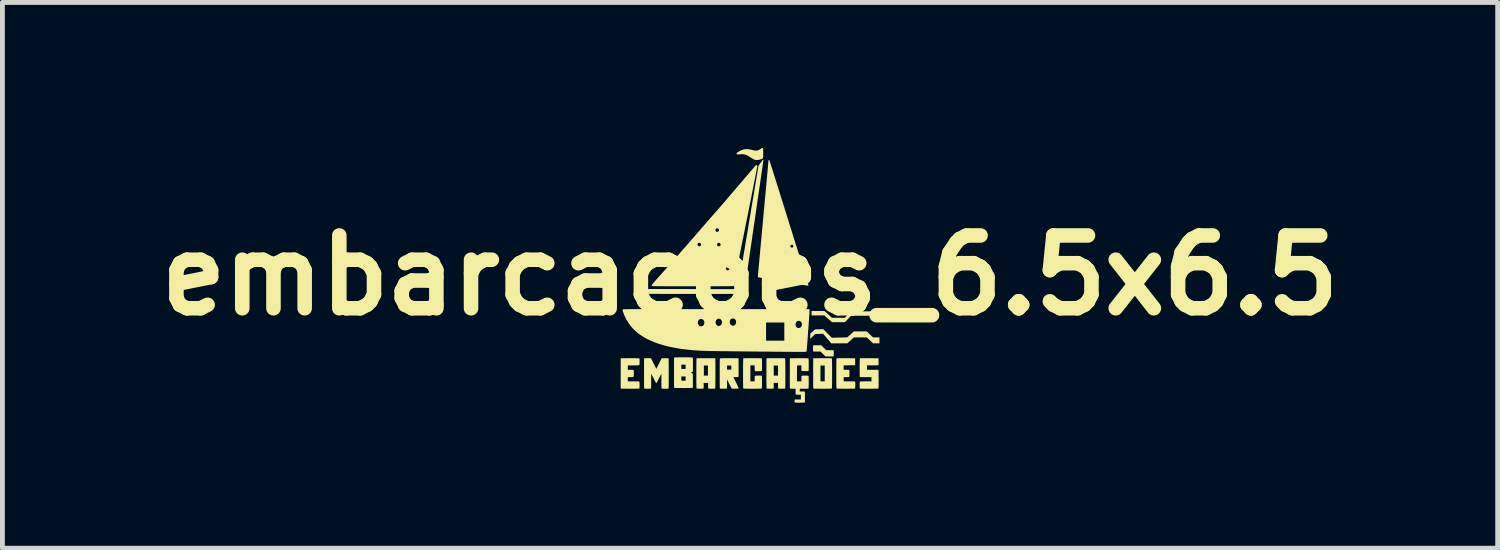
<source format=kicad_pcb>
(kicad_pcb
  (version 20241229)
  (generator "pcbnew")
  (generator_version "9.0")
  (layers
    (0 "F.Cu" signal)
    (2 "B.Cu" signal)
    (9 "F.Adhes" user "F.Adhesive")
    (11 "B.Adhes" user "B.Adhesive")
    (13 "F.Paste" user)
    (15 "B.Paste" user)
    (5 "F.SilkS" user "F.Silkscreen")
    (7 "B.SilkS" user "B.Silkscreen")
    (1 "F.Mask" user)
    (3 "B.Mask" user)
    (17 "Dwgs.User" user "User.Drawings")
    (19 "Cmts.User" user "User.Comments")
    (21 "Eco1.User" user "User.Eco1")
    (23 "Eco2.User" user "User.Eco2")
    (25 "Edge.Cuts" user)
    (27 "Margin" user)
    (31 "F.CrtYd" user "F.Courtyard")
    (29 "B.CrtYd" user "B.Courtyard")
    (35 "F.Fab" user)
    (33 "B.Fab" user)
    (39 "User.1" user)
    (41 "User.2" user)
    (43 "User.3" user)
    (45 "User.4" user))
  (footprint "embarcacoes_6.5x6.5"
    (layer "F.Cu")
    (at 12.407 2.624)
    (property "Reference" "embarcacoes_6.5x6.5" (at 0 0 0) (layer "F.SilkS") (effects (font (size 1.5 1.5) (thickness 0.3))))
    (attr board_only exclude_from_pos_files exclude_from_bom)
    (fp_poly (pts (xy 1.401 0.735) (xy 1.534 0.735) (xy 1.611 0.805) (xy 1.688 0.875) (xy 1.822 0.875) (xy 1.955 0.875) (xy 2.018 0.808) (xy 2.081 0.741) (xy 2.282 0.742) (xy 2.482 0.742) (xy 2.553 0.778) (xy 2.623 0.813) (xy 2.624 0.856) (xy 2.624 0.873) (xy 2.624 0.886) (xy 2.624 0.896) (xy 2.623 0.899) (xy 2.623 0.899) (xy 2.619 0.898) (xy 2.61 0.894) (xy 2.597 0.888) (xy 2.579 0.88) (xy 2.56 0.871) (xy 2.55 0.866) (xy 2.479 0.833) (xy 2.28 0.833) (xy 2.081 0.833) (xy 2.018 0.899) (xy 1.955 0.966) (xy 1.822 0.966) (xy 1.688 0.966) (xy 1.674 0.953) (xy 1.667 0.947) (xy 1.656 0.937) (xy 1.642 0.924) (xy 1.625 0.909) (xy 1.607 0.893) (xy 1.596 0.883) (xy 1.532 0.826) (xy 1.4 0.826) (xy 1.268 0.826) (xy 1.268 0.78) (xy 1.268 0.734)) (stroke (width 0) (type solid)) (fill yes) (layer "F.SilkS"))
    (fp_poly (pts (xy 1.596 1.198) (xy 1.685 1.286) (xy 1.829 1.283) (xy 1.861 1.282) (xy 1.891 1.281) (xy 1.919 1.28) (xy 1.943 1.28) (xy 1.963 1.279) (xy 1.978 1.279) (xy 1.987 1.279) (xy 1.989 1.279) (xy 1.994 1.279) (xy 1.999 1.278) (xy 2.003 1.276) (xy 2.009 1.273) (xy 2.017 1.267) (xy 2.027 1.259) (xy 2.04 1.247) (xy 2.057 1.231) (xy 2.072 1.218) (xy 2.138 1.156) (xy 2.271 1.156) (xy 2.403 1.156) (xy 2.469 1.217) (xy 2.535 1.279) (xy 2.601 1.279) (xy 2.667 1.279) (xy 2.667 1.34) (xy 2.667 1.402) (xy 2.601 1.402) (xy 2.536 1.402) (xy 2.47 1.34) (xy 2.404 1.279) (xy 2.271 1.279) (xy 2.138 1.279) (xy 2.071 1.34) (xy 2.005 1.402) (xy 1.839 1.402) (xy 1.674 1.402) (xy 1.59 1.303) (xy 1.506 1.204) (xy 1.422 1.207) (xy 1.339 1.21) (xy 1.29 1.259) (xy 1.24 1.309) (xy 1.241 1.256) (xy 1.241 1.203) (xy 1.291 1.159) (xy 1.341 1.114) (xy 1.425 1.112) (xy 1.508 1.109)) (stroke (width 0) (type solid)) (fill yes) (layer "F.SilkS"))
    (fp_poly (pts (xy 1.518 1.492) (xy 1.569 1.542) (xy 1.643 1.542) (xy 1.671 1.543) (xy 1.692 1.543) (xy 1.707 1.544) (xy 1.716 1.545) (xy 1.721 1.547) (xy 1.721 1.547) (xy 1.723 1.551) (xy 1.724 1.562) (xy 1.725 1.578) (xy 1.725 1.601) (xy 1.725 1.608) (xy 1.725 1.629) (xy 1.725 1.645) (xy 1.724 1.655) (xy 1.723 1.662) (xy 1.722 1.666) (xy 1.72 1.668) (xy 1.718 1.669) (xy 1.713 1.67) (xy 1.7 1.671) (xy 1.683 1.672) (xy 1.661 1.672) (xy 1.634 1.672) (xy 1.633 1.672) (xy 1.555 1.672) (xy 1.504 1.622) (xy 1.453 1.571) (xy 1.379 1.571) (xy 1.351 1.57) (xy 1.33 1.57) (xy 1.315 1.569) (xy 1.305 1.568) (xy 1.301 1.567) (xy 1.301 1.566) (xy 1.299 1.562) (xy 1.298 1.551) (xy 1.297 1.535) (xy 1.297 1.512) (xy 1.297 1.505) (xy 1.297 1.484) (xy 1.297 1.468) (xy 1.297 1.458) (xy 1.298 1.451) (xy 1.3 1.447) (xy 1.302 1.445) (xy 1.303 1.444) (xy 1.309 1.443) (xy 1.321 1.442) (xy 1.339 1.441) (xy 1.361 1.441) (xy 1.387 1.441) (xy 1.388 1.441) (xy 1.466 1.441)) (stroke (width 0) (type solid)) (fill yes) (layer "F.SilkS"))
    (fp_poly (pts (xy 0.261 -2.62) (xy 0.264 -2.618) (xy 0.266 -2.615) (xy 0.267 -2.612) (xy 0.268 -2.607) (xy 0.269 -2.6) (xy 0.27 -2.59) (xy 0.27 -2.576) (xy 0.27 -2.557) (xy 0.271 -2.532) (xy 0.271 -2.515) (xy 0.271 -2.485) (xy 0.271 -2.462) (xy 0.27 -2.444) (xy 0.269 -2.431) (xy 0.267 -2.421) (xy 0.265 -2.414) (xy 0.26 -2.41) (xy 0.255 -2.406) (xy 0.247 -2.402) (xy 0.238 -2.398) (xy 0.237 -2.398) (xy 0.202 -2.385) (xy 0.168 -2.378) (xy 0.135 -2.376) (xy 0.105 -2.38) (xy 0.103 -2.381) (xy 0.091 -2.384) (xy 0.08 -2.389) (xy 0.068 -2.394) (xy 0.054 -2.403) (xy 0.036 -2.413) (xy 0.015 -2.427) (xy 0.009 -2.432) (xy -0.026 -2.454) (xy -0.057 -2.471) (xy -0.086 -2.483) (xy -0.115 -2.492) (xy -0.145 -2.496) (xy -0.178 -2.497) (xy -0.214 -2.495) (xy -0.219 -2.494) (xy -0.265 -2.49) (xy -0.271 -2.498) (xy -0.276 -2.506) (xy -0.278 -2.511) (xy -0.274 -2.518) (xy -0.266 -2.527) (xy -0.253 -2.538) (xy -0.236 -2.549) (xy -0.217 -2.56) (xy -0.196 -2.57) (xy -0.177 -2.579) (xy -0.144 -2.59) (xy -0.112 -2.598) (xy -0.08 -2.601) (xy -0.046 -2.6) (xy -0.009 -2.595) (xy 0.03 -2.587) (xy 0.05 -2.582) (xy 0.07 -2.577) (xy 0.087 -2.574) (xy 0.099 -2.571) (xy 0.104 -2.57) (xy 0.132 -2.57) (xy 0.161 -2.576) (xy 0.191 -2.589) (xy 0.22 -2.608) (xy 0.234 -2.618) (xy 0.245 -2.623) (xy 0.254 -2.624)) (stroke (width 0) (type solid)) (fill yes) (layer "F.SilkS"))
    (fp_poly (pts (xy 1.621 1.708) (xy 1.64 1.708) (xy 1.655 1.709) (xy 1.666 1.709) (xy 1.674 1.71) (xy 1.679 1.71) (xy 1.683 1.711) (xy 1.685 1.713) (xy 1.686 1.714) (xy 1.686 1.716) (xy 1.687 1.722) (xy 1.688 1.73) (xy 1.688 1.743) (xy 1.689 1.76) (xy 1.689 1.781) (xy 1.689 1.806) (xy 1.69 1.838) (xy 1.69 1.874) (xy 1.69 1.917) (xy 1.69 1.965) (xy 1.69 2.021) (xy 1.69 2.023) (xy 1.69 2.076) (xy 1.69 2.123) (xy 1.69 2.164) (xy 1.69 2.199) (xy 1.69 2.229) (xy 1.689 2.254) (xy 1.689 2.274) (xy 1.689 2.291) (xy 1.688 2.304) (xy 1.688 2.314) (xy 1.687 2.321) (xy 1.687 2.326) (xy 1.686 2.329) (xy 1.685 2.331) (xy 1.685 2.331) (xy 1.683 2.332) (xy 1.679 2.333) (xy 1.674 2.334) (xy 1.666 2.335) (xy 1.655 2.335) (xy 1.641 2.336) (xy 1.622 2.336) (xy 1.599 2.336) (xy 1.57 2.336) (xy 1.535 2.337) (xy 1.494 2.337) (xy 1.493 2.337) (xy 1.451 2.337) (xy 1.416 2.336) (xy 1.386 2.336) (xy 1.362 2.336) (xy 1.343 2.336) (xy 1.329 2.335) (xy 1.318 2.335) (xy 1.31 2.334) (xy 1.306 2.333) (xy 1.304 2.332) (xy 1.304 2.332) (xy 1.303 2.329) (xy 1.303 2.321) (xy 1.302 2.309) (xy 1.302 2.293) (xy 1.301 2.27) (xy 1.301 2.243) (xy 1.301 2.21) (xy 1.301 2.171) (xy 1.301 2.125) (xy 1.301 2.074) (xy 1.301 2.018) (xy 1.301 1.859) (xy 1.451 1.859) (xy 1.451 2.022) (xy 1.451 2.185) (xy 1.495 2.185) (xy 1.539 2.185) (xy 1.539 2.022) (xy 1.539 1.859) (xy 1.495 1.859) (xy 1.451 1.859) (xy 1.301 1.859) (xy 1.302 1.709) (xy 1.492 1.708) (xy 1.533 1.708) (xy 1.568 1.708) (xy 1.597 1.708)) (stroke (width 0) (type solid)) (fill yes) (layer "F.SilkS"))
    (fp_poly (pts (xy -0.447 1.708) (xy -0.427 1.708) (xy -0.237 1.709) (xy -0.236 1.899) (xy -0.236 1.941) (xy -0.236 1.976) (xy -0.236 2.005) (xy -0.236 2.029) (xy -0.236 2.048) (xy -0.236 2.062) (xy -0.237 2.073) (xy -0.237 2.081) (xy -0.238 2.087) (xy -0.239 2.09) (xy -0.24 2.092) (xy -0.241 2.093) (xy -0.247 2.095) (xy -0.26 2.097) (xy -0.278 2.097) (xy -0.296 2.098) (xy -0.344 2.098) (xy -0.29 2.207) (xy -0.277 2.232) (xy -0.265 2.256) (xy -0.255 2.278) (xy -0.247 2.296) (xy -0.24 2.31) (xy -0.236 2.319) (xy -0.235 2.322) (xy -0.236 2.327) (xy -0.238 2.331) (xy -0.243 2.333) (xy -0.251 2.335) (xy -0.263 2.336) (xy -0.281 2.336) (xy -0.304 2.336) (xy -0.311 2.336) (xy -0.378 2.335) (xy -0.426 2.24) (xy -0.474 2.145) (xy -0.474 2.237) (xy -0.474 2.267) (xy -0.475 2.291) (xy -0.475 2.309) (xy -0.476 2.322) (xy -0.477 2.33) (xy -0.479 2.332) (xy -0.483 2.334) (xy -0.492 2.335) (xy -0.507 2.336) (xy -0.529 2.336) (xy -0.55 2.337) (xy -0.574 2.337) (xy -0.591 2.336) (xy -0.604 2.336) (xy -0.612 2.335) (xy -0.617 2.334) (xy -0.62 2.332) (xy -0.622 2.33) (xy -0.622 2.33) (xy -0.623 2.325) (xy -0.623 2.313) (xy -0.624 2.294) (xy -0.624 2.268) (xy -0.625 2.235) (xy -0.625 2.195) (xy -0.625 2.148) (xy -0.625 2.094) (xy -0.625 2.033) (xy -0.625 2.019) (xy -0.625 1.965) (xy -0.625 1.917) (xy -0.625 1.875) (xy -0.625 1.859) (xy -0.474 1.859) (xy -0.474 1.901) (xy -0.474 1.943) (xy -0.43 1.943) (xy -0.386 1.943) (xy -0.386 1.901) (xy -0.386 1.859) (xy -0.43 1.859) (xy -0.474 1.859) (xy -0.625 1.859) (xy -0.625 1.84) (xy -0.625 1.809) (xy -0.625 1.784) (xy -0.624 1.763) (xy -0.624 1.746) (xy -0.623 1.733) (xy -0.623 1.724) (xy -0.622 1.717) (xy -0.622 1.713) (xy -0.621 1.712) (xy -0.621 1.712) (xy -0.617 1.711) (xy -0.609 1.71) (xy -0.596 1.709) (xy -0.578 1.709) (xy -0.554 1.708) (xy -0.525 1.708) (xy -0.489 1.708)) (stroke (width 0) (type solid)) (fill yes) (layer "F.SilkS"))
    (fp_poly (pts (xy -1.987 1.817) (xy -1.932 1.927) (xy -1.877 1.818) (xy -1.822 1.709) (xy -1.754 1.708) (xy -1.727 1.708) (xy -1.706 1.708) (xy -1.692 1.709) (xy -1.683 1.71) (xy -1.681 1.711) (xy -1.68 1.713) (xy -1.679 1.717) (xy -1.679 1.723) (xy -1.678 1.732) (xy -1.678 1.744) (xy -1.677 1.76) (xy -1.677 1.78) (xy -1.677 1.805) (xy -1.676 1.834) (xy -1.676 1.869) (xy -1.676 1.909) (xy -1.676 1.956) (xy -1.676 2.009) (xy -1.676 2.019) (xy -1.676 2.082) (xy -1.676 2.137) (xy -1.676 2.186) (xy -1.677 2.227) (xy -1.677 2.262) (xy -1.678 2.289) (xy -1.678 2.309) (xy -1.679 2.323) (xy -1.679 2.329) (xy -1.68 2.33) (xy -1.681 2.332) (xy -1.684 2.334) (xy -1.689 2.335) (xy -1.697 2.336) (xy -1.709 2.336) (xy -1.726 2.337) (xy -1.748 2.337) (xy -1.752 2.337) (xy -1.775 2.337) (xy -1.793 2.336) (xy -1.805 2.336) (xy -1.813 2.335) (xy -1.819 2.334) (xy -1.822 2.332) (xy -1.823 2.33) (xy -1.823 2.33) (xy -1.824 2.324) (xy -1.825 2.312) (xy -1.826 2.293) (xy -1.827 2.268) (xy -1.827 2.237) (xy -1.827 2.2) (xy -1.827 2.174) (xy -1.827 2.026) (xy -1.875 2.119) (xy -1.887 2.143) (xy -1.898 2.165) (xy -1.907 2.183) (xy -1.916 2.199) (xy -1.922 2.209) (xy -1.925 2.215) (xy -1.925 2.215) (xy -1.929 2.217) (xy -1.933 2.217) (xy -1.937 2.214) (xy -1.943 2.208) (xy -1.949 2.198) (xy -1.957 2.184) (xy -1.967 2.165) (xy -1.979 2.141) (xy -1.99 2.119) (xy -2.038 2.026) (xy -2.038 2.177) (xy -2.038 2.216) (xy -2.038 2.249) (xy -2.038 2.276) (xy -2.039 2.297) (xy -2.039 2.312) (xy -2.04 2.323) (xy -2.041 2.33) (xy -2.042 2.332) (xy -2.047 2.334) (xy -2.058 2.335) (xy -2.073 2.336) (xy -2.091 2.337) (xy -2.11 2.337) (xy -2.129 2.337) (xy -2.148 2.336) (xy -2.163 2.335) (xy -2.175 2.334) (xy -2.181 2.332) (xy -2.182 2.332) (xy -2.182 2.329) (xy -2.183 2.321) (xy -2.183 2.309) (xy -2.184 2.293) (xy -2.184 2.27) (xy -2.185 2.243) (xy -2.185 2.21) (xy -2.185 2.171) (xy -2.185 2.125) (xy -2.185 2.074) (xy -2.185 2.018) (xy -2.184 1.709) (xy -2.113 1.708) (xy -2.042 1.707)) (stroke (width 0) (type solid)) (fill yes) (layer "F.SilkS"))
    (fp_poly (pts (xy -0.717 1.717) (xy -0.716 1.722) (xy -0.715 1.734) (xy -0.715 1.753) (xy -0.715 1.779) (xy -0.714 1.81) (xy -0.714 1.848) (xy -0.714 1.892) (xy -0.714 1.942) (xy -0.714 1.997) (xy -0.714 2.028) (xy -0.714 2.081) (xy -0.714 2.129) (xy -0.715 2.169) (xy -0.715 2.204) (xy -0.715 2.234) (xy -0.715 2.259) (xy -0.716 2.28) (xy -0.716 2.296) (xy -0.717 2.309) (xy -0.717 2.318) (xy -0.718 2.325) (xy -0.719 2.33) (xy -0.719 2.332) (xy -0.72 2.333) (xy -0.726 2.334) (xy -0.737 2.335) (xy -0.752 2.336) (xy -0.77 2.337) (xy -0.789 2.337) (xy -0.809 2.336) (xy -0.827 2.336) (xy -0.842 2.335) (xy -0.854 2.334) (xy -0.86 2.333) (xy -0.86 2.332) (xy -0.862 2.327) (xy -0.863 2.317) (xy -0.864 2.3) (xy -0.864 2.277) (xy -0.864 2.273) (xy -0.864 2.217) (xy -0.91 2.217) (xy -0.956 2.217) (xy -0.956 2.273) (xy -0.956 2.297) (xy -0.957 2.315) (xy -0.958 2.326) (xy -0.96 2.332) (xy -0.96 2.332) (xy -0.964 2.334) (xy -0.974 2.335) (xy -0.989 2.336) (xy -1.011 2.336) (xy -1.03 2.337) (xy -1.054 2.336) (xy -1.071 2.336) (xy -1.084 2.336) (xy -1.093 2.335) (xy -1.098 2.333) (xy -1.101 2.331) (xy -1.101 2.331) (xy -1.102 2.33) (xy -1.103 2.327) (xy -1.104 2.322) (xy -1.104 2.316) (xy -1.105 2.306) (xy -1.105 2.294) (xy -1.106 2.279) (xy -1.106 2.259) (xy -1.106 2.235) (xy -1.107 2.207) (xy -1.107 2.173) (xy -1.107 2.134) (xy -1.107 2.088) (xy -1.107 2.036) (xy -1.107 2.023) (xy -1.107 1.961) (xy -1.107 1.906) (xy -1.106 1.859) (xy -0.952 1.859) (xy -0.952 1.962) (xy -0.952 2.066) (xy -0.91 2.066) (xy -0.868 2.066) (xy -0.868 1.962) (xy -0.868 1.859) (xy -0.91 1.859) (xy -0.952 1.859) (xy -1.106 1.859) (xy -1.106 1.857) (xy -1.106 1.816) (xy -1.106 1.782) (xy -1.105 1.755) (xy -1.105 1.734) (xy -1.104 1.721) (xy -1.103 1.715) (xy -1.103 1.714) (xy -1.102 1.713) (xy -1.101 1.712) (xy -1.098 1.711) (xy -1.093 1.71) (xy -1.086 1.709) (xy -1.076 1.709) (xy -1.063 1.708) (xy -1.045 1.708) (xy -1.023 1.708) (xy -0.996 1.708) (xy -0.963 1.708) (xy -0.924 1.708) (xy -0.91 1.708) (xy -0.72 1.708)) (stroke (width 0) (type solid)) (fill yes) (layer "F.SilkS"))
    (fp_poly (pts (xy -2.36 1.708) (xy -2.333 1.709) (xy -2.313 1.709) (xy -2.298 1.71) (xy -2.288 1.71) (xy -2.283 1.711) (xy -2.282 1.712) (xy -2.28 1.716) (xy -2.278 1.727) (xy -2.277 1.742) (xy -2.277 1.76) (xy -2.276 1.779) (xy -2.277 1.799) (xy -2.277 1.817) (xy -2.278 1.832) (xy -2.279 1.844) (xy -2.281 1.851) (xy -2.282 1.851) (xy -2.286 1.852) (xy -2.298 1.854) (xy -2.316 1.854) (xy -2.341 1.855) (xy -2.372 1.856) (xy -2.402 1.856) (xy -2.518 1.857) (xy -2.518 1.902) (xy -2.519 1.947) (xy -2.463 1.947) (xy -2.442 1.947) (xy -2.426 1.947) (xy -2.415 1.948) (xy -2.408 1.949) (xy -2.403 1.951) (xy -2.402 1.952) (xy -2.4 1.955) (xy -2.398 1.96) (xy -2.397 1.969) (xy -2.397 1.981) (xy -2.396 1.999) (xy -2.396 2.021) (xy -2.396 2.046) (xy -2.397 2.065) (xy -2.398 2.078) (xy -2.401 2.088) (xy -2.408 2.093) (xy -2.417 2.096) (xy -2.431 2.098) (xy -2.45 2.098) (xy -2.465 2.098) (xy -2.519 2.098) (xy -2.519 2.142) (xy -2.519 2.185) (xy -2.404 2.185) (xy -2.372 2.185) (xy -2.347 2.186) (xy -2.327 2.186) (xy -2.312 2.186) (xy -2.301 2.187) (xy -2.293 2.187) (xy -2.288 2.189) (xy -2.285 2.19) (xy -2.283 2.192) (xy -2.283 2.192) (xy -2.281 2.195) (xy -2.279 2.2) (xy -2.278 2.208) (xy -2.277 2.22) (xy -2.277 2.237) (xy -2.277 2.259) (xy -2.277 2.261) (xy -2.277 2.283) (xy -2.278 2.302) (xy -2.279 2.317) (xy -2.28 2.327) (xy -2.28 2.33) (xy -2.281 2.331) (xy -2.283 2.333) (xy -2.286 2.334) (xy -2.291 2.334) (xy -2.298 2.335) (xy -2.308 2.336) (xy -2.321 2.336) (xy -2.339 2.336) (xy -2.361 2.336) (xy -2.388 2.337) (xy -2.421 2.337) (xy -2.46 2.337) (xy -2.472 2.337) (xy -2.514 2.337) (xy -2.55 2.336) (xy -2.579 2.336) (xy -2.604 2.336) (xy -2.623 2.336) (xy -2.638 2.335) (xy -2.649 2.335) (xy -2.656 2.334) (xy -2.661 2.333) (xy -2.663 2.332) (xy -2.663 2.332) (xy -2.664 2.329) (xy -2.664 2.321) (xy -2.665 2.309) (xy -2.665 2.293) (xy -2.666 2.27) (xy -2.666 2.243) (xy -2.666 2.21) (xy -2.666 2.171) (xy -2.666 2.125) (xy -2.666 2.074) (xy -2.666 2.018) (xy -2.665 1.709) (xy -2.476 1.708) (xy -2.43 1.708) (xy -2.392 1.708)) (stroke (width 0) (type solid)) (fill yes) (layer "F.SilkS"))
    (fp_poly (pts (xy 1.91 1.708) (xy 1.946 1.708) (xy 1.976 1.708) (xy 2.166 1.709) (xy 2.166 1.781) (xy 2.166 1.853) (xy 2.048 1.854) (xy 1.929 1.855) (xy 1.929 1.901) (xy 1.929 1.947) (xy 1.984 1.947) (xy 2.009 1.947) (xy 2.027 1.947) (xy 2.038 1.949) (xy 2.044 1.95) (xy 2.044 1.951) (xy 2.046 1.955) (xy 2.047 1.964) (xy 2.048 1.98) (xy 2.048 2.001) (xy 2.048 2.023) (xy 2.048 2.046) (xy 2.048 2.064) (xy 2.048 2.076) (xy 2.047 2.084) (xy 2.046 2.089) (xy 2.044 2.092) (xy 2.042 2.094) (xy 2.042 2.094) (xy 2.036 2.095) (xy 2.024 2.096) (xy 2.008 2.097) (xy 1.989 2.098) (xy 1.982 2.098) (xy 1.929 2.098) (xy 1.929 2.142) (xy 1.929 2.185) (xy 2.042 2.185) (xy 2.076 2.186) (xy 2.105 2.186) (xy 2.128 2.186) (xy 2.146 2.187) (xy 2.157 2.188) (xy 2.161 2.189) (xy 2.163 2.191) (xy 2.165 2.194) (xy 2.166 2.198) (xy 2.167 2.206) (xy 2.168 2.218) (xy 2.168 2.235) (xy 2.168 2.258) (xy 2.168 2.26) (xy 2.168 2.287) (xy 2.167 2.307) (xy 2.166 2.321) (xy 2.165 2.329) (xy 2.164 2.332) (xy 2.161 2.333) (xy 2.154 2.334) (xy 2.144 2.335) (xy 2.128 2.335) (xy 2.108 2.336) (xy 2.082 2.336) (xy 2.051 2.336) (xy 2.013 2.337) (xy 1.974 2.337) (xy 1.933 2.337) (xy 1.898 2.336) (xy 1.869 2.336) (xy 1.846 2.336) (xy 1.827 2.336) (xy 1.812 2.335) (xy 1.802 2.335) (xy 1.794 2.334) (xy 1.789 2.333) (xy 1.785 2.332) (xy 1.783 2.331) (xy 1.782 2.33) (xy 1.782 2.327) (xy 1.781 2.322) (xy 1.78 2.316) (xy 1.78 2.306) (xy 1.779 2.294) (xy 1.779 2.279) (xy 1.779 2.259) (xy 1.778 2.235) (xy 1.778 2.207) (xy 1.778 2.173) (xy 1.778 2.134) (xy 1.778 2.089) (xy 1.778 2.037) (xy 1.778 2.023) (xy 1.778 1.967) (xy 1.778 1.918) (xy 1.778 1.875) (xy 1.778 1.838) (xy 1.779 1.807) (xy 1.779 1.781) (xy 1.779 1.76) (xy 1.78 1.743) (xy 1.78 1.731) (xy 1.781 1.722) (xy 1.781 1.716) (xy 1.782 1.714) (xy 1.782 1.714) (xy 1.784 1.712) (xy 1.786 1.711) (xy 1.79 1.71) (xy 1.796 1.71) (xy 1.805 1.709) (xy 1.817 1.709) (xy 1.833 1.708) (xy 1.853 1.708) (xy 1.879 1.708)) (stroke (width 0) (type solid)) (fill yes) (layer "F.SilkS"))
    (fp_poly (pts (xy 0.574 1.708) (xy 0.612 1.708) (xy 0.643 1.708) (xy 0.668 1.708) (xy 0.688 1.709) (xy 0.703 1.709) (xy 0.714 1.71) (xy 0.72 1.711) (xy 0.723 1.712) (xy 0.724 1.716) (xy 0.725 1.727) (xy 0.725 1.743) (xy 0.726 1.765) (xy 0.726 1.791) (xy 0.727 1.821) (xy 0.727 1.854) (xy 0.727 1.89) (xy 0.727 1.928) (xy 0.728 1.968) (xy 0.728 2.008) (xy 0.728 2.049) (xy 0.728 2.089) (xy 0.727 2.128) (xy 0.727 2.166) (xy 0.727 2.201) (xy 0.727 2.233) (xy 0.726 2.262) (xy 0.726 2.287) (xy 0.725 2.307) (xy 0.724 2.322) (xy 0.724 2.33) (xy 0.723 2.332) (xy 0.719 2.334) (xy 0.709 2.335) (xy 0.694 2.336) (xy 0.672 2.336) (xy 0.653 2.337) (xy 0.629 2.336) (xy 0.612 2.336) (xy 0.599 2.336) (xy 0.59 2.335) (xy 0.585 2.333) (xy 0.582 2.331) (xy 0.582 2.331) (xy 0.58 2.328) (xy 0.578 2.322) (xy 0.577 2.313) (xy 0.576 2.3) (xy 0.576 2.28) (xy 0.576 2.271) (xy 0.576 2.217) (xy 0.532 2.217) (xy 0.488 2.217) (xy 0.488 2.271) (xy 0.488 2.293) (xy 0.488 2.308) (xy 0.487 2.319) (xy 0.486 2.326) (xy 0.484 2.33) (xy 0.483 2.331) (xy 0.48 2.333) (xy 0.475 2.334) (xy 0.467 2.335) (xy 0.454 2.336) (xy 0.437 2.336) (xy 0.414 2.337) (xy 0.412 2.337) (xy 0.385 2.336) (xy 0.366 2.336) (xy 0.352 2.335) (xy 0.344 2.334) (xy 0.342 2.332) (xy 0.341 2.33) (xy 0.34 2.324) (xy 0.339 2.314) (xy 0.339 2.301) (xy 0.339 2.282) (xy 0.338 2.259) (xy 0.338 2.231) (xy 0.338 2.198) (xy 0.337 2.158) (xy 0.337 2.113) (xy 0.337 2.061) (xy 0.337 2.023) (xy 0.337 1.978) (xy 0.337 1.934) (xy 0.338 1.893) (xy 0.338 1.859) (xy 0.488 1.859) (xy 0.488 1.962) (xy 0.488 2.066) (xy 0.532 2.066) (xy 0.576 2.066) (xy 0.576 1.962) (xy 0.576 1.859) (xy 0.532 1.859) (xy 0.488 1.859) (xy 0.338 1.859) (xy 0.338 1.854) (xy 0.338 1.819) (xy 0.338 1.789) (xy 0.338 1.762) (xy 0.339 1.741) (xy 0.339 1.726) (xy 0.339 1.716) (xy 0.339 1.713) (xy 0.34 1.712) (xy 0.343 1.711) (xy 0.347 1.71) (xy 0.354 1.709) (xy 0.364 1.709) (xy 0.378 1.708) (xy 0.395 1.708) (xy 0.418 1.708) (xy 0.445 1.708) (xy 0.479 1.708) (xy 0.518 1.708) (xy 0.53 1.708)) (stroke (width 0) (type solid)) (fill yes) (layer "F.SilkS"))
    (fp_poly (pts (xy 2.438 1.708) (xy 2.458 1.708) (xy 2.648 1.709) (xy 2.648 1.777) (xy 2.649 1.805) (xy 2.648 1.825) (xy 2.648 1.84) (xy 2.646 1.848) (xy 2.645 1.85) (xy 2.643 1.852) (xy 2.638 1.853) (xy 2.63 1.854) (xy 2.618 1.854) (xy 2.602 1.855) (xy 2.58 1.855) (xy 2.553 1.855) (xy 2.526 1.855) (xy 2.41 1.855) (xy 2.41 1.901) (xy 2.41 1.947) (xy 2.526 1.947) (xy 2.56 1.947) (xy 2.588 1.947) (xy 2.609 1.947) (xy 2.625 1.948) (xy 2.636 1.949) (xy 2.643 1.95) (xy 2.645 1.951) (xy 2.646 1.955) (xy 2.647 1.966) (xy 2.648 1.982) (xy 2.648 2.003) (xy 2.649 2.027) (xy 2.649 2.055) (xy 2.649 2.085) (xy 2.65 2.116) (xy 2.65 2.148) (xy 2.65 2.179) (xy 2.649 2.21) (xy 2.649 2.239) (xy 2.649 2.266) (xy 2.648 2.289) (xy 2.647 2.308) (xy 2.647 2.322) (xy 2.646 2.33) (xy 2.645 2.332) (xy 2.642 2.333) (xy 2.636 2.334) (xy 2.625 2.335) (xy 2.61 2.335) (xy 2.59 2.336) (xy 2.564 2.336) (xy 2.533 2.336) (xy 2.495 2.337) (xy 2.454 2.337) (xy 2.413 2.337) (xy 2.378 2.337) (xy 2.349 2.336) (xy 2.326 2.336) (xy 2.307 2.336) (xy 2.293 2.336) (xy 2.282 2.335) (xy 2.275 2.335) (xy 2.269 2.334) (xy 2.266 2.333) (xy 2.264 2.332) (xy 2.263 2.33) (xy 2.263 2.33) (xy 2.262 2.324) (xy 2.261 2.312) (xy 2.26 2.295) (xy 2.259 2.275) (xy 2.259 2.26) (xy 2.259 2.237) (xy 2.26 2.221) (xy 2.26 2.209) (xy 2.261 2.201) (xy 2.262 2.196) (xy 2.264 2.193) (xy 2.266 2.191) (xy 2.268 2.19) (xy 2.272 2.188) (xy 2.278 2.187) (xy 2.286 2.187) (xy 2.299 2.186) (xy 2.315 2.186) (xy 2.337 2.186) (xy 2.365 2.185) (xy 2.387 2.185) (xy 2.502 2.185) (xy 2.502 2.142) (xy 2.502 2.098) (xy 2.388 2.098) (xy 2.356 2.098) (xy 2.331 2.097) (xy 2.311 2.097) (xy 2.295 2.097) (xy 2.284 2.096) (xy 2.276 2.095) (xy 2.271 2.094) (xy 2.268 2.093) (xy 2.267 2.092) (xy 2.259 2.087) (xy 2.259 1.901) (xy 2.259 1.859) (xy 2.259 1.824) (xy 2.26 1.794) (xy 2.26 1.77) (xy 2.26 1.751) (xy 2.261 1.736) (xy 2.261 1.725) (xy 2.262 1.718) (xy 2.263 1.714) (xy 2.264 1.712) (xy 2.264 1.712) (xy 2.267 1.711) (xy 2.275 1.71) (xy 2.288 1.709) (xy 2.306 1.709) (xy 2.33 1.708) (xy 2.36 1.708) (xy 2.396 1.708)) (stroke (width 0) (type solid)) (fill yes) (layer "F.SilkS"))
    (fp_poly (pts (xy 0.095 1.708) (xy 0.13 1.708) (xy 0.159 1.708) (xy 0.182 1.708) (xy 0.201 1.708) (xy 0.216 1.709) (xy 0.227 1.709) (xy 0.234 1.71) (xy 0.239 1.711) (xy 0.242 1.712) (xy 0.244 1.713) (xy 0.244 1.713) (xy 0.244 1.718) (xy 0.245 1.729) (xy 0.245 1.745) (xy 0.246 1.765) (xy 0.246 1.788) (xy 0.246 1.813) (xy 0.246 1.839) (xy 0.246 1.866) (xy 0.246 1.891) (xy 0.246 1.914) (xy 0.245 1.935) (xy 0.245 1.951) (xy 0.244 1.963) (xy 0.244 1.969) (xy 0.244 1.969) (xy 0.242 1.971) (xy 0.239 1.972) (xy 0.232 1.973) (xy 0.222 1.974) (xy 0.207 1.974) (xy 0.187 1.975) (xy 0.172 1.975) (xy 0.102 1.975) (xy 0.098 1.966) (xy 0.097 1.959) (xy 0.096 1.947) (xy 0.095 1.931) (xy 0.095 1.912) (xy 0.095 1.906) (xy 0.095 1.855) (xy 0.051 1.855) (xy 0.007 1.855) (xy 0.007 2.02) (xy 0.007 2.185) (xy 0.051 2.185) (xy 0.095 2.185) (xy 0.095 2.134) (xy 0.095 2.111) (xy 0.095 2.095) (xy 0.097 2.083) (xy 0.1 2.075) (xy 0.107 2.07) (xy 0.118 2.067) (xy 0.133 2.066) (xy 0.154 2.066) (xy 0.172 2.066) (xy 0.198 2.066) (xy 0.218 2.067) (xy 0.231 2.068) (xy 0.239 2.069) (xy 0.242 2.07) (xy 0.243 2.075) (xy 0.244 2.085) (xy 0.245 2.101) (xy 0.245 2.121) (xy 0.246 2.144) (xy 0.246 2.169) (xy 0.246 2.195) (xy 0.246 2.222) (xy 0.246 2.248) (xy 0.246 2.272) (xy 0.245 2.293) (xy 0.244 2.311) (xy 0.243 2.324) (xy 0.242 2.331) (xy 0.242 2.332) (xy 0.237 2.333) (xy 0.227 2.334) (xy 0.211 2.335) (xy 0.19 2.336) (xy 0.165 2.336) (xy 0.138 2.336) (xy 0.108 2.337) (xy 0.077 2.337) (xy 0.045 2.337) (xy 0.013 2.337) (xy -0.018 2.337) (xy -0.047 2.336) (xy -0.073 2.336) (xy -0.096 2.335) (xy -0.115 2.335) (xy -0.13 2.334) (xy -0.138 2.333) (xy -0.14 2.332) (xy -0.141 2.328) (xy -0.141 2.318) (xy -0.142 2.301) (xy -0.143 2.28) (xy -0.143 2.253) (xy -0.143 2.223) (xy -0.144 2.19) (xy -0.144 2.154) (xy -0.144 2.116) (xy -0.144 2.076) (xy -0.144 2.036) (xy -0.144 1.995) (xy -0.144 1.955) (xy -0.144 1.916) (xy -0.144 1.878) (xy -0.144 1.843) (xy -0.143 1.811) (xy -0.143 1.782) (xy -0.142 1.757) (xy -0.142 1.737) (xy -0.141 1.723) (xy -0.14 1.714) (xy -0.14 1.712) (xy -0.137 1.711) (xy -0.131 1.71) (xy -0.12 1.709) (xy -0.105 1.709) (xy -0.085 1.708) (xy -0.059 1.708) (xy -0.028 1.708) (xy 0.01 1.708) (xy 0.053 1.708)) (stroke (width 0) (type solid)) (fill yes) (layer "F.SilkS"))
    (fp_poly (pts (xy -1.33 1.69) (xy -1.295 1.69) (xy -1.267 1.69) (xy -1.243 1.69) (xy -1.225 1.691) (xy -1.211 1.691) (xy -1.2 1.692) (xy -1.192 1.693) (xy -1.187 1.693) (xy -1.184 1.694) (xy -1.183 1.696) (xy -1.181 1.698) (xy -1.18 1.701) (xy -1.179 1.707) (xy -1.178 1.716) (xy -1.178 1.728) (xy -1.178 1.744) (xy -1.177 1.765) (xy -1.177 1.792) (xy -1.177 1.824) (xy -1.177 1.841) (xy -1.177 1.877) (xy -1.177 1.906) (xy -1.177 1.93) (xy -1.178 1.949) (xy -1.178 1.963) (xy -1.18 1.974) (xy -1.181 1.981) (xy -1.184 1.986) (xy -1.187 1.99) (xy -1.191 1.993) (xy -1.196 1.995) (xy -1.201 1.997) (xy -1.21 2.002) (xy -1.215 2.005) (xy -1.216 2.006) (xy -1.213 2.009) (xy -1.206 2.014) (xy -1.197 2.019) (xy -1.179 2.029) (xy -1.178 2.17) (xy -1.178 2.206) (xy -1.178 2.235) (xy -1.178 2.259) (xy -1.178 2.277) (xy -1.178 2.291) (xy -1.179 2.301) (xy -1.179 2.308) (xy -1.18 2.313) (xy -1.182 2.316) (xy -1.183 2.317) (xy -1.184 2.318) (xy -1.188 2.319) (xy -1.193 2.32) (xy -1.2 2.321) (xy -1.211 2.321) (xy -1.226 2.322) (xy -1.244 2.322) (xy -1.268 2.322) (xy -1.296 2.322) (xy -1.331 2.322) (xy -1.372 2.323) (xy -1.373 2.323) (xy -1.417 2.322) (xy -1.454 2.322) (xy -1.485 2.322) (xy -1.51 2.322) (xy -1.53 2.321) (xy -1.544 2.321) (xy -1.554 2.32) (xy -1.561 2.319) (xy -1.563 2.318) (xy -1.564 2.316) (xy -1.564 2.31) (xy -1.565 2.3) (xy -1.565 2.287) (xy -1.566 2.268) (xy -1.566 2.245) (xy -1.567 2.217) (xy -1.567 2.184) (xy -1.567 2.145) (xy -1.567 2.099) (xy -1.567 2.084) (xy -1.416 2.084) (xy -1.416 2.128) (xy -1.416 2.171) (xy -1.372 2.171) (xy -1.328 2.171) (xy -1.328 2.128) (xy -1.328 2.084) (xy -1.372 2.084) (xy -1.416 2.084) (xy -1.567 2.084) (xy -1.567 2.047) (xy -1.567 2.006) (xy -1.567 1.952) (xy -1.567 1.905) (xy -1.567 1.864) (xy -1.567 1.841) (xy -1.416 1.841) (xy -1.416 1.885) (xy -1.416 1.929) (xy -1.372 1.929) (xy -1.328 1.929) (xy -1.328 1.885) (xy -1.328 1.841) (xy -1.372 1.841) (xy -1.416 1.841) (xy -1.567 1.841) (xy -1.567 1.829) (xy -1.567 1.799) (xy -1.567 1.774) (xy -1.566 1.754) (xy -1.566 1.737) (xy -1.566 1.724) (xy -1.565 1.714) (xy -1.565 1.706) (xy -1.564 1.701) (xy -1.563 1.698) (xy -1.562 1.696) (xy -1.561 1.694) (xy -1.56 1.694) (xy -1.555 1.693) (xy -1.543 1.692) (xy -1.524 1.691) (xy -1.498 1.691) (xy -1.466 1.69) (xy -1.427 1.69) (xy -1.383 1.69) (xy -1.371 1.69)) (stroke (width 0) (type solid)) (fill yes) (layer "F.SilkS"))
    (fp_poly (pts (xy 0.397 -2.377) (xy 0.398 -2.373) (xy 0.402 -2.363) (xy 0.407 -2.347) (xy 0.414 -2.325) (xy 0.423 -2.297) (xy 0.433 -2.264) (xy 0.445 -2.226) (xy 0.459 -2.183) (xy 0.474 -2.136) (xy 0.49 -2.085) (xy 0.507 -2.029) (xy 0.526 -1.97) (xy 0.546 -1.908) (xy 0.566 -1.843) (xy 0.587 -1.774) (xy 0.61 -1.704) (xy 0.632 -1.631) (xy 0.656 -1.556) (xy 0.68 -1.48) (xy 0.704 -1.402) (xy 0.729 -1.323) (xy 0.754 -1.243) (xy 0.779 -1.162) (xy 0.804 -1.082) (xy 0.829 -1.001) (xy 0.855 -0.921) (xy 0.879 -0.841) (xy 0.904 -0.762) (xy 0.928 -0.684) (xy 0.952 -0.608) (xy 0.976 -0.533) (xy 0.998 -0.46) (xy 1.02 -0.39) (xy 1.041 -0.322) (xy 1.062 -0.257) (xy 1.081 -0.195) (xy 1.099 -0.136) (xy 1.116 -0.081) (xy 1.132 -0.03) (xy 1.146 0.017) (xy 1.16 0.06) (xy 1.171 0.097) (xy 1.181 0.13) (xy 1.19 0.157) (xy 1.196 0.179) (xy 1.201 0.194) (xy 1.204 0.204) (xy 1.204 0.207) (xy 1.2 0.211) (xy 1.193 0.213) (xy 1.188 0.213) (xy 1.177 0.211) (xy 1.16 0.208) (xy 1.137 0.205) (xy 1.108 0.2) (xy 1.075 0.195) (xy 1.037 0.188) (xy 0.995 0.181) (xy 0.949 0.174) (xy 0.9 0.166) (xy 0.847 0.157) (xy 0.792 0.148) (xy 0.735 0.138) (xy 0.676 0.128) (xy 0.673 0.128) (xy 0.607 0.117) (xy 0.544 0.106) (xy 0.485 0.096) (xy 0.43 0.086) (xy 0.379 0.078) (xy 0.333 0.07) (xy 0.291 0.062) (xy 0.255 0.056) (xy 0.224 0.05) (xy 0.199 0.046) (xy 0.18 0.042) (xy 0.168 0.04) (xy 0.162 0.038) (xy 0.161 0.038) (xy 0.16 0.032) (xy 0.16 0.022) (xy 0.16 0.019) (xy 0.161 0.015) (xy 0.162 0.004) (xy 0.163 -0.014) (xy 0.166 -0.038) (xy 0.168 -0.068) (xy 0.172 -0.104) (xy 0.176 -0.145) (xy 0.18 -0.191) (xy 0.185 -0.242) (xy 0.19 -0.298) (xy 0.195 -0.359) (xy 0.201 -0.423) (xy 0.202 -0.429) (xy 0.704 -0.429) (xy 0.707 -0.415) (xy 0.716 -0.403) (xy 0.728 -0.395) (xy 0.742 -0.393) (xy 0.756 -0.397) (xy 0.765 -0.402) (xy 0.775 -0.415) (xy 0.778 -0.429) (xy 0.775 -0.444) (xy 0.767 -0.456) (xy 0.755 -0.464) (xy 0.742 -0.467) (xy 0.741 -0.467) (xy 0.728 -0.464) (xy 0.716 -0.456) (xy 0.708 -0.444) (xy 0.707 -0.444) (xy 0.704 -0.429) (xy 0.202 -0.429) (xy 0.208 -0.491) (xy 0.214 -0.563) (xy 0.217 -0.594) (xy 0.831 -0.594) (xy 0.836 -0.583) (xy 0.846 -0.575) (xy 0.857 -0.57) (xy 0.87 -0.571) (xy 0.876 -0.573) (xy 0.886 -0.581) (xy 0.891 -0.593) (xy 0.892 -0.602) (xy 0.89 -0.615) (xy 0.883 -0.625) (xy 0.873 -0.631) (xy 0.861 -0.632) (xy 0.849 -0.63) (xy 0.839 -0.623) (xy 0.832 -0.611) (xy 0.831 -0.607) (xy 0.831 -0.594) (xy 0.217 -0.594) (xy 0.221 -0.639) (xy 0.228 -0.717) (xy 0.236 -0.798) (xy 0.244 -0.882) (xy 0.252 -0.968) (xy 0.26 -1.057) (xy 0.268 -1.147) (xy 0.271 -1.175) (xy 0.279 -1.266) (xy 0.287 -1.355) (xy 0.295 -1.441) (xy 0.303 -1.526) (xy 0.31 -1.608) (xy 0.318 -1.687) (xy 0.325 -1.763) (xy 0.331 -1.836) (xy 0.338 -1.905) (xy 0.344 -1.97) (xy 0.35 -2.032) (xy 0.355 -2.089) (xy 0.36 -2.141) (xy 0.364 -2.189) (xy 0.368 -2.231) (xy 0.371 -2.268) (xy 0.374 -2.299) (xy 0.377 -2.325) (xy 0.378 -2.344) (xy 0.38 -2.357) (xy 0.38 -2.364) (xy 0.38 -2.364) (xy 0.383 -2.372) (xy 0.389 -2.377) (xy 0.395 -2.378)) (stroke (width 0) (type solid)) (fill yes) (layer "F.SilkS"))
    (fp_poly (pts (xy 1.126 1.708) (xy 1.152 1.709) (xy 1.173 1.709) (xy 1.188 1.71) (xy 1.198 1.71) (xy 1.203 1.711) (xy 1.204 1.712) (xy 1.205 1.716) (xy 1.206 1.727) (xy 1.207 1.742) (xy 1.208 1.762) (xy 1.209 1.785) (xy 1.209 1.81) (xy 1.209 1.836) (xy 1.209 1.862) (xy 1.209 1.888) (xy 1.209 1.911) (xy 1.208 1.933) (xy 1.207 1.95) (xy 1.206 1.963) (xy 1.205 1.97) (xy 1.204 1.97) (xy 1.2 1.972) (xy 1.191 1.973) (xy 1.176 1.974) (xy 1.154 1.975) (xy 1.133 1.975) (xy 1.107 1.974) (xy 1.087 1.974) (xy 1.073 1.973) (xy 1.065 1.972) (xy 1.062 1.97) (xy 1.06 1.966) (xy 1.059 1.955) (xy 1.058 1.938) (xy 1.058 1.915) (xy 1.058 1.911) (xy 1.058 1.855) (xy 1.013 1.856) (xy 0.968 1.857) (xy 0.967 2.021) (xy 0.966 2.185) (xy 1.012 2.185) (xy 1.058 2.185) (xy 1.058 2.131) (xy 1.058 2.11) (xy 1.058 2.094) (xy 1.059 2.084) (xy 1.06 2.077) (xy 1.062 2.073) (xy 1.063 2.072) (xy 1.066 2.07) (xy 1.071 2.068) (xy 1.08 2.067) (xy 1.092 2.066) (xy 1.109 2.066) (xy 1.132 2.066) (xy 1.133 2.066) (xy 1.157 2.066) (xy 1.174 2.066) (xy 1.187 2.067) (xy 1.195 2.068) (xy 1.2 2.069) (xy 1.203 2.071) (xy 1.203 2.072) (xy 1.205 2.074) (xy 1.206 2.078) (xy 1.207 2.084) (xy 1.208 2.093) (xy 1.208 2.106) (xy 1.208 2.123) (xy 1.209 2.145) (xy 1.209 2.173) (xy 1.209 2.2) (xy 1.209 2.236) (xy 1.208 2.267) (xy 1.208 2.292) (xy 1.207 2.311) (xy 1.206 2.324) (xy 1.205 2.33) (xy 1.205 2.33) (xy 1.204 2.332) (xy 1.201 2.333) (xy 1.197 2.335) (xy 1.19 2.336) (xy 1.18 2.336) (xy 1.165 2.336) (xy 1.145 2.337) (xy 1.119 2.337) (xy 1.114 2.337) (xy 1.026 2.337) (xy 1.026 2.348) (xy 1.025 2.359) (xy 1.024 2.373) (xy 1.024 2.376) (xy 1.022 2.393) (xy 1.071 2.393) (xy 1.091 2.393) (xy 1.106 2.393) (xy 1.116 2.394) (xy 1.122 2.396) (xy 1.126 2.398) (xy 1.126 2.398) (xy 1.127 2.401) (xy 1.129 2.405) (xy 1.13 2.411) (xy 1.13 2.421) (xy 1.131 2.435) (xy 1.131 2.453) (xy 1.131 2.477) (xy 1.131 2.507) (xy 1.131 2.51) (xy 1.131 2.543) (xy 1.131 2.569) (xy 1.131 2.59) (xy 1.13 2.604) (xy 1.129 2.614) (xy 1.128 2.619) (xy 1.127 2.62) (xy 1.123 2.622) (xy 1.112 2.623) (xy 1.097 2.623) (xy 1.078 2.624) (xy 1.056 2.624) (xy 1.033 2.625) (xy 1.01 2.625) (xy 0.987 2.625) (xy 0.967 2.624) (xy 0.949 2.624) (xy 0.935 2.623) (xy 0.926 2.622) (xy 0.924 2.621) (xy 0.921 2.616) (xy 0.918 2.605) (xy 0.917 2.592) (xy 0.918 2.58) (xy 0.92 2.57) (xy 0.922 2.567) (xy 0.928 2.558) (xy 0.987 2.558) (xy 1.047 2.558) (xy 1.047 2.509) (xy 1.047 2.46) (xy 0.997 2.46) (xy 0.973 2.459) (xy 0.957 2.458) (xy 0.946 2.457) (xy 0.942 2.455) (xy 0.941 2.451) (xy 0.939 2.44) (xy 0.938 2.424) (xy 0.938 2.401) (xy 0.938 2.394) (xy 0.938 2.337) (xy 0.882 2.337) (xy 0.86 2.336) (xy 0.843 2.336) (xy 0.832 2.335) (xy 0.826 2.334) (xy 0.823 2.332) (xy 0.822 2.329) (xy 0.821 2.321) (xy 0.821 2.309) (xy 0.82 2.293) (xy 0.82 2.27) (xy 0.82 2.243) (xy 0.819 2.21) (xy 0.819 2.171) (xy 0.819 2.125) (xy 0.819 2.074) (xy 0.82 2.018) (xy 0.82 1.709) (xy 1.01 1.708) (xy 1.055 1.708) (xy 1.094 1.708)) (stroke (width 0) (type solid)) (fill yes) (layer "F.SilkS"))
    (fp_poly (pts (xy 0.272 -2.382) (xy 0.275 -2.379) (xy 0.276 -2.379) (xy 0.275 -2.375) (xy 0.274 -2.365) (xy 0.272 -2.348) (xy 0.268 -2.326) (xy 0.264 -2.297) (xy 0.259 -2.263) (xy 0.254 -2.223) (xy 0.247 -2.179) (xy 0.24 -2.129) (xy 0.232 -2.076) (xy 0.224 -2.018) (xy 0.215 -1.956) (xy 0.206 -1.89) (xy 0.196 -1.821) (xy 0.185 -1.749) (xy 0.174 -1.674) (xy 0.163 -1.597) (xy 0.151 -1.517) (xy 0.14 -1.436) (xy 0.127 -1.352) (xy 0.115 -1.267) (xy 0.103 -1.181) (xy 0.09 -1.094) (xy 0.077 -1.007) (xy 0.064 -0.919) (xy 0.051 -0.831) (xy 0.039 -0.743) (xy 0.026 -0.656) (xy 0.013 -0.57) (xy 0.001 -0.484) (xy -0.012 -0.4) (xy -0.024 -0.318) (xy -0.035 -0.237) (xy -0.047 -0.158) (xy -0.058 -0.082) (xy -0.069 -0.009) (xy -0.079 0.062) (xy -0.089 0.129) (xy -0.098 0.193) (xy -0.107 0.253) (xy -0.116 0.309) (xy -0.123 0.36) (xy -0.13 0.407) (xy -0.136 0.449) (xy -0.142 0.486) (xy -0.146 0.517) (xy -0.15 0.543) (xy -0.153 0.563) (xy -0.155 0.576) (xy -0.157 0.583) (xy -0.157 0.584) (xy -0.158 0.586) (xy -0.161 0.588) (xy -0.166 0.589) (xy -0.174 0.59) (xy -0.187 0.59) (xy -0.205 0.59) (xy -0.229 0.59) (xy -0.299 0.59) (xy -0.299 0.579) (xy -0.298 0.574) (xy -0.297 0.562) (xy -0.294 0.546) (xy -0.291 0.527) (xy -0.288 0.505) (xy -0.284 0.482) (xy -0.281 0.459) (xy -0.277 0.438) (xy -0.274 0.419) (xy -0.271 0.404) (xy -0.269 0.393) (xy -0.269 0.391) (xy -0.267 0.383) (xy -1.196 0.383) (xy -1.295 0.383) (xy -1.387 0.383) (xy -1.473 0.383) (xy -1.552 0.383) (xy -1.625 0.383) (xy -1.692 0.383) (xy -1.753 0.383) (xy -1.809 0.383) (xy -1.859 0.382) (xy -1.905 0.382) (xy -1.945 0.382) (xy -1.981 0.382) (xy -2.012 0.382) (xy -2.039 0.381) (xy -2.062 0.381) (xy -2.082 0.381) (xy -2.097 0.38) (xy -2.109 0.38) (xy -2.118 0.38) (xy -2.124 0.379) (xy -2.128 0.379) (xy -2.128 0.379) (xy -2.13 0.374) (xy -2.13 0.363) (xy -2.13 0.349) (xy -2.129 0.334) (xy -2.128 0.317) (xy -2.127 0.303) (xy -2.126 0.291) (xy -2.124 0.285) (xy -2.124 0.284) (xy -2.122 0.284) (xy -2.118 0.283) (xy -2.11 0.283) (xy -2.099 0.283) (xy -2.084 0.282) (xy -2.066 0.282) (xy -2.043 0.282) (xy -2.017 0.282) (xy -1.986 0.282) (xy -1.951 0.282) (xy -1.91 0.281) (xy -1.865 0.281) (xy -1.815 0.281) (xy -1.759 0.281) (xy -1.698 0.282) (xy -1.631 0.282) (xy -1.558 0.282) (xy -1.479 0.282) (xy -1.393 0.282) (xy -1.301 0.282) (xy -1.202 0.283) (xy -1.187 0.283) (xy -1.089 0.283) (xy -0.999 0.283) (xy -0.914 0.283) (xy -0.836 0.284) (xy -0.765 0.284) (xy -0.699 0.284) (xy -0.638 0.284) (xy -0.583 0.284) (xy -0.534 0.284) (xy -0.489 0.284) (xy -0.449 0.284) (xy -0.413 0.284) (xy -0.382 0.284) (xy -0.354 0.284) (xy -0.331 0.283) (xy -0.311 0.283) (xy -0.294 0.283) (xy -0.281 0.283) (xy -0.27 0.282) (xy -0.262 0.282) (xy -0.256 0.282) (xy -0.253 0.281) (xy -0.251 0.281) (xy -0.251 0.281) (xy -0.251 0.277) (xy -0.249 0.266) (xy -0.246 0.249) (xy -0.242 0.226) (xy -0.237 0.197) (xy -0.231 0.162) (xy -0.224 0.122) (xy -0.217 0.077) (xy -0.208 0.026) (xy -0.199 -0.029) (xy -0.189 -0.089) (xy -0.178 -0.152) (xy -0.167 -0.22) (xy -0.155 -0.292) (xy -0.142 -0.367) (xy -0.129 -0.446) (xy -0.115 -0.527) (xy -0.101 -0.612) (xy -0.087 -0.698) (xy -0.072 -0.788) (xy -0.056 -0.879) (xy -0.041 -0.972) (xy -0.038 -0.991) (xy 0.174 -2.258) (xy 0.217 -2.32) (xy 0.233 -2.342) (xy 0.246 -2.359) (xy 0.255 -2.371) (xy 0.263 -2.379) (xy 0.268 -2.382)) (stroke (width 0) (type solid)) (fill yes) (layer "F.SilkS"))
    (fp_poly (pts (xy 1.224 0.704) (xy 1.225 0.705) (xy 1.225 0.708) (xy 1.226 0.713) (xy 1.226 0.719) (xy 1.226 0.728) (xy 1.225 0.74) (xy 1.225 0.754) (xy 1.224 0.772) (xy 1.223 0.794) (xy 1.221 0.82) (xy 1.219 0.851) (xy 1.216 0.886) (xy 1.214 0.926) (xy 1.21 0.972) (xy 1.207 1.025) (xy 1.202 1.083) (xy 1.198 1.139) (xy 1.193 1.213) (xy 1.188 1.279) (xy 1.184 1.338) (xy 1.18 1.391) (xy 1.176 1.436) (xy 1.173 1.475) (xy 1.17 1.508) (xy 1.168 1.534) (xy 1.166 1.553) (xy 1.164 1.565) (xy 1.163 1.572) (xy 1.163 1.572) (xy 1.162 1.573) (xy 1.159 1.574) (xy 1.155 1.574) (xy 1.15 1.575) (xy 1.142 1.575) (xy 1.133 1.576) (xy 1.121 1.576) (xy 1.106 1.577) (xy 1.089 1.577) (xy 1.069 1.577) (xy 1.046 1.577) (xy 1.019 1.577) (xy 0.988 1.577) (xy 0.954 1.577) (xy 0.916 1.577) (xy 0.873 1.577) (xy 0.826 1.576) (xy 0.774 1.576) (xy 0.718 1.576) (xy 0.656 1.575) (xy 0.589 1.574) (xy 0.516 1.574) (xy 0.438 1.573) (xy 0.353 1.572) (xy 0.263 1.572) (xy 0.166 1.571) (xy 0.062 1.57) (xy -0.033 1.569) (xy -0.132 1.568) (xy -0.224 1.567) (xy -0.309 1.566) (xy -0.388 1.565) (xy -0.462 1.564) (xy -0.53 1.564) (xy -0.593 1.563) (xy -0.65 1.562) (xy -0.704 1.561) (xy -0.753 1.56) (xy -0.798 1.56) (xy -0.839 1.559) (xy -0.877 1.558) (xy -0.912 1.557) (xy -0.944 1.556) (xy -0.973 1.555) (xy -1 1.554) (xy -1.026 1.553) (xy -1.05 1.552) (xy -1.073 1.551) (xy -1.094 1.549) (xy -1.115 1.548) (xy -1.136 1.546) (xy -1.157 1.545) (xy -1.177 1.543) (xy -1.199 1.541) (xy -1.205 1.54) (xy -1.331 1.527) (xy -1.451 1.511) (xy -1.565 1.491) (xy -1.674 1.469) (xy -1.777 1.443) (xy -1.873 1.414) (xy -1.964 1.382) (xy -2.048 1.347) (xy -2.127 1.31) (xy -2.154 1.295) (xy -2.228 1.25) (xy -2.296 1.203) (xy -2.358 1.152) (xy -2.414 1.097) (xy -2.464 1.039) (xy -2.509 0.977) (xy -2.511 0.975) (xy -1.076 0.975) (xy -1.074 0.996) (xy -1.066 1.016) (xy -1.053 1.033) (xy -1.038 1.044) (xy -1.033 1.047) (xy -1.017 1.05) (xy -0.999 1.049) (xy -0.983 1.045) (xy -0.981 1.044) (xy -0.968 1.036) (xy -0.959 1.027) (xy -0.951 1.013) (xy -0.949 1.008) (xy -0.942 0.986) (xy -0.942 0.968) (xy -0.71 0.968) (xy -0.707 0.99) (xy -0.699 1.01) (xy -0.687 1.025) (xy -0.672 1.037) (xy -0.655 1.043) (xy -0.636 1.043) (xy -0.621 1.039) (xy -0.604 1.028) (xy -0.591 1.013) (xy -0.582 0.993) (xy -0.578 0.973) (xy -0.418 0.973) (xy -0.417 0.985) (xy -0.413 0.995) (xy -0.411 1) (xy -0.399 1.018) (xy -0.384 1.03) (xy -0.366 1.037) (xy -0.347 1.038) (xy -0.328 1.033) (xy -0.318 1.027) (xy -0.303 1.012) (xy -0.293 0.994) (xy -0.288 0.974) (xy -0.288 0.973) (xy 0.33 0.973) (xy 0.33 1.159) (xy 0.33 1.346) (xy 0.518 1.346) (xy 0.706 1.346) (xy 0.706 1.159) (xy 0.706 1.018) (xy 0.937 1.018) (xy 0.941 1.037) (xy 0.948 1.055) (xy 0.96 1.07) (xy 0.976 1.08) (xy 0.989 1.085) (xy 1.009 1.086) (xy 1.029 1.081) (xy 1.042 1.073) (xy 1.055 1.059) (xy 1.064 1.041) (xy 1.068 1.02) (xy 1.068 0.999) (xy 1.063 0.979) (xy 1.06 0.974) (xy 1.048 0.956) (xy 1.033 0.944) (xy 1.015 0.938) (xy 0.996 0.937) (xy 0.978 0.942) (xy 0.969 0.947) (xy 0.954 0.961) (xy 0.944 0.979) (xy 0.938 0.998) (xy 0.937 1.018) (xy 0.706 1.018) (xy 0.706 0.973) (xy 0.518 0.973) (xy 0.33 0.973) (xy -0.288 0.973) (xy -0.288 0.953) (xy -0.292 0.933) (xy -0.302 0.914) (xy -0.315 0.9) (xy -0.331 0.892) (xy -0.35 0.889) (xy -0.369 0.891) (xy -0.383 0.896) (xy -0.399 0.908) (xy -0.41 0.924) (xy -0.416 0.944) (xy -0.418 0.958) (xy -0.418 0.973) (xy -0.578 0.973) (xy -0.578 0.972) (xy -0.579 0.951) (xy -0.58 0.949) (xy -0.587 0.931) (xy -0.597 0.916) (xy -0.611 0.903) (xy -0.624 0.896) (xy -0.644 0.893) (xy -0.663 0.896) (xy -0.679 0.904) (xy -0.693 0.918) (xy -0.703 0.935) (xy -0.709 0.956) (xy -0.71 0.968) (xy -0.942 0.968) (xy -0.942 0.964) (xy -0.948 0.942) (xy -0.96 0.923) (xy -0.964 0.918) (xy -0.981 0.905) (xy -0.999 0.899) (xy -1.017 0.898) (xy -1.034 0.903) (xy -1.05 0.912) (xy -1.062 0.926) (xy -1.071 0.944) (xy -1.076 0.966) (xy -1.076 0.975) (xy -2.511 0.975) (xy -2.549 0.911) (xy -2.584 0.839) (xy -2.614 0.764) (xy -2.616 0.758) (xy -2.622 0.739) (xy -2.626 0.725) (xy -2.626 0.715) (xy -2.624 0.707) (xy -2.619 0.701) (xy -2.618 0.701) (xy -2.617 0.7) (xy -2.614 0.7) (xy -2.609 0.7) (xy -2.604 0.699) (xy -2.596 0.699) (xy -2.587 0.699) (xy -2.576 0.699) (xy -2.563 0.698) (xy -2.547 0.698) (xy -2.529 0.698) (xy -2.508 0.698) (xy -2.484 0.697) (xy -2.458 0.697) (xy -2.428 0.697) (xy -2.395 0.697) (xy -2.358 0.697) (xy -2.317 0.697) (xy -2.273 0.696) (xy -2.225 0.696) (xy -2.172 0.696) (xy -2.115 0.696) (xy -2.054 0.696) (xy -1.987 0.696) (xy -1.916 0.696) (xy -1.84 0.696) (xy -1.759 0.696) (xy -1.672 0.696) (xy -1.579 0.696) (xy -1.481 0.696) (xy -1.377 0.696) (xy -1.267 0.696) (xy -1.15 0.696) (xy -1.027 0.696) (xy -0.898 0.696) (xy -0.762 0.696) (xy -0.697 0.696) (xy 1.219 0.696)) (stroke (width 0) (type solid)) (fill yes) (layer "F.SilkS"))
    (fp_poly (pts (xy 0.132 -2.273) (xy 0.141 -2.27) (xy 0.148 -2.263) (xy 0.151 -2.254) (xy 0.15 -2.25) (xy 0.148 -2.239) (xy 0.145 -2.222) (xy 0.141 -2.2) (xy 0.135 -2.172) (xy 0.129 -2.139) (xy 0.122 -2.101) (xy 0.114 -2.06) (xy 0.105 -2.014) (xy 0.095 -1.965) (xy 0.085 -1.913) (xy 0.074 -1.858) (xy 0.063 -1.801) (xy 0.051 -1.742) (xy 0.039 -1.682) (xy 0.027 -1.62) (xy 0.014 -1.558) (xy 0.002 -1.495) (xy -0.011 -1.432) (xy -0.023 -1.37) (xy -0.035 -1.308) (xy -0.047 -1.247) (xy -0.059 -1.188) (xy -0.071 -1.131) (xy -0.082 -1.076) (xy -0.092 -1.024) (xy -0.102 -0.975) (xy -0.111 -0.929) (xy -0.119 -0.887) (xy -0.127 -0.85) (xy -0.134 -0.817) (xy -0.139 -0.788) (xy -0.144 -0.765) (xy -0.148 -0.748) (xy -0.15 -0.737) (xy -0.151 -0.733) (xy -0.151 -0.733) (xy -0.152 -0.73) (xy -0.153 -0.724) (xy -0.156 -0.714) (xy -0.158 -0.7) (xy -0.162 -0.682) (xy -0.167 -0.66) (xy -0.172 -0.634) (xy -0.178 -0.602) (xy -0.185 -0.566) (xy -0.193 -0.525) (xy -0.202 -0.478) (xy -0.213 -0.426) (xy -0.224 -0.368) (xy -0.236 -0.305) (xy -0.25 -0.235) (xy -0.264 -0.159) (xy -0.28 -0.076) (xy -0.297 0.007) (xy -0.302 0.036) (xy -0.307 0.066) (xy -0.312 0.095) (xy -0.316 0.121) (xy -0.319 0.144) (xy -0.321 0.16) (xy -0.323 0.181) (xy -0.325 0.195) (xy -0.327 0.206) (xy -0.329 0.212) (xy -0.332 0.216) (xy -0.334 0.219) (xy -0.335 0.219) (xy -0.337 0.22) (xy -0.339 0.221) (xy -0.343 0.221) (xy -0.348 0.222) (xy -0.355 0.222) (xy -0.364 0.222) (xy -0.375 0.223) (xy -0.388 0.223) (xy -0.405 0.223) (xy -0.424 0.224) (xy -0.446 0.224) (xy -0.472 0.224) (xy -0.502 0.224) (xy -0.536 0.224) (xy -0.574 0.224) (xy -0.617 0.225) (xy -0.664 0.225) (xy -0.717 0.225) (xy -0.775 0.225) (xy -0.839 0.225) (xy -0.909 0.225) (xy -0.985 0.225) (xy -1.067 0.225) (xy -1.156 0.225) (xy -1.179 0.225) (xy -1.269 0.225) (xy -1.353 0.225) (xy -1.43 0.225) (xy -1.501 0.225) (xy -1.566 0.225) (xy -1.626 0.225) (xy -1.68 0.225) (xy -1.728 0.225) (xy -1.772 0.225) (xy -1.811 0.224) (xy -1.846 0.224) (xy -1.877 0.224) (xy -1.904 0.224) (xy -1.927 0.224) (xy -1.947 0.224) (xy -1.964 0.223) (xy -1.978 0.223) (xy -1.989 0.223) (xy -1.999 0.222) (xy -2.006 0.222) (xy -2.011 0.221) (xy -2.015 0.221) (xy -2.018 0.22) (xy -2.02 0.22) (xy -2.021 0.219) (xy -2.022 0.218) (xy -2.024 0.216) (xy -2.026 0.213) (xy -2.027 0.21) (xy -2.026 0.207) (xy -2.025 0.202) (xy -2.022 0.196) (xy -2.017 0.189) (xy -2.01 0.179) (xy -2 0.167) (xy -1.988 0.153) (xy -1.973 0.135) (xy -1.955 0.114) (xy -1.933 0.09) (xy -1.908 0.061) (xy -1.878 0.028) (xy -1.844 -0.01) (xy -1.821 -0.035) (xy -1.798 -0.062) (xy -1.775 -0.087) (xy -1.754 -0.111) (xy -1.733 -0.134) (xy -1.727 -0.14) (xy -0.498 -0.14) (xy -0.495 -0.126) (xy -0.486 -0.114) (xy -0.478 -0.108) (xy -0.467 -0.103) (xy -0.459 -0.102) (xy -0.449 -0.105) (xy -0.445 -0.107) (xy -0.432 -0.117) (xy -0.425 -0.129) (xy -0.424 -0.143) (xy -0.428 -0.157) (xy -0.435 -0.166) (xy -0.448 -0.175) (xy -0.462 -0.177) (xy -0.476 -0.174) (xy -0.488 -0.165) (xy -0.494 -0.155) (xy -0.498 -0.14) (xy -1.727 -0.14) (xy -1.712 -0.157) (xy -1.692 -0.18) (xy -1.672 -0.203) (xy -1.651 -0.226) (xy -1.631 -0.249) (xy -1.61 -0.272) (xy -1.589 -0.296) (xy -1.566 -0.322) (xy -1.543 -0.348) (xy -1.519 -0.376) (xy -1.493 -0.405) (xy -1.466 -0.435) (xy -1.438 -0.468) (xy -1.407 -0.503) (xy -1.375 -0.54) (xy -1.34 -0.58) (xy -1.303 -0.622) (xy -1.291 -0.636) (xy -1.082 -0.636) (xy -1.081 -0.621) (xy -1.075 -0.61) (xy -1.065 -0.603) (xy -1.05 -0.598) (xy -1.035 -0.599) (xy -1.022 -0.608) (xy -1.014 -0.615) (xy -1.011 -0.623) (xy -1.01 -0.634) (xy -0.68 -0.634) (xy -0.679 -0.623) (xy -0.676 -0.615) (xy -0.668 -0.607) (xy -0.668 -0.607) (xy -0.659 -0.6) (xy -0.652 -0.598) (xy -0.641 -0.598) (xy -0.641 -0.598) (xy -0.629 -0.601) (xy -0.62 -0.605) (xy -0.618 -0.606) (xy -0.612 -0.614) (xy -0.608 -0.623) (xy -0.607 -0.639) (xy -0.611 -0.653) (xy -0.62 -0.663) (xy -0.632 -0.669) (xy -0.645 -0.671) (xy -0.659 -0.667) (xy -0.668 -0.661) (xy -0.676 -0.653) (xy -0.679 -0.645) (xy -0.68 -0.634) (xy -1.01 -0.634) (xy -1.011 -0.645) (xy -1.014 -0.653) (xy -1.022 -0.661) (xy -1.035 -0.669) (xy -1.049 -0.671) (xy -1.062 -0.668) (xy -1.073 -0.661) (xy -1.08 -0.649) (xy -1.082 -0.636) (xy -1.291 -0.636) (xy -1.264 -0.667) (xy -1.222 -0.715) (xy -1.177 -0.767) (xy -1.129 -0.822) (xy -1.078 -0.881) (xy -1.033 -0.932) (xy -0.713 -0.932) (xy -0.71 -0.916) (xy -0.702 -0.904) (xy -0.689 -0.897) (xy -0.678 -0.896) (xy -0.668 -0.897) (xy -0.659 -0.901) (xy -0.651 -0.908) (xy -0.644 -0.917) (xy -0.64 -0.923) (xy -0.64 -0.931) (xy -0.641 -0.936) (xy -0.645 -0.951) (xy -0.654 -0.961) (xy -0.665 -0.968) (xy -0.678 -0.969) (xy -0.69 -0.967) (xy -0.701 -0.961) (xy -0.709 -0.95) (xy -0.713 -0.936) (xy -0.713 -0.932) (xy -1.033 -0.932) (xy -1.023 -0.943) (xy -0.965 -1.01) (xy -0.903 -1.081) (xy -0.838 -1.157) (xy -0.768 -1.237) (xy -0.694 -1.322) (xy -0.615 -1.412) (xy -0.604 -1.425) (xy -0.579 -1.453) (xy -0.554 -1.483) (xy -0.527 -1.514) (xy -0.499 -1.546) (xy -0.469 -1.581) (xy -0.438 -1.617) (xy -0.404 -1.657) (xy -0.367 -1.7) (xy -0.328 -1.746) (xy -0.285 -1.796) (xy -0.239 -1.85) (xy -0.189 -1.908) (xy -0.135 -1.972) (xy -0.127 -1.982) (xy -0.088 -2.027) (xy -0.053 -2.068) (xy -0.022 -2.104) (xy 0.004 -2.136) (xy 0.028 -2.163) (xy 0.048 -2.186) (xy 0.065 -2.206) (xy 0.079 -2.223) (xy 0.091 -2.236) (xy 0.101 -2.247) (xy 0.109 -2.256) (xy 0.115 -2.262) (xy 0.12 -2.267) (xy 0.123 -2.27) (xy 0.126 -2.272) (xy 0.128 -2.273) (xy 0.129 -2.273) (xy 0.131 -2.273)) (stroke (width 0) (type solid)) (fill yes) (layer "F.SilkS")))
  (gr_rect
    (start -3 -3)
    (end 27.814 8.248)
    (stroke (width 0.1) (type default))
    (fill no)
    (layer "Edge.Cuts")))
</source>
